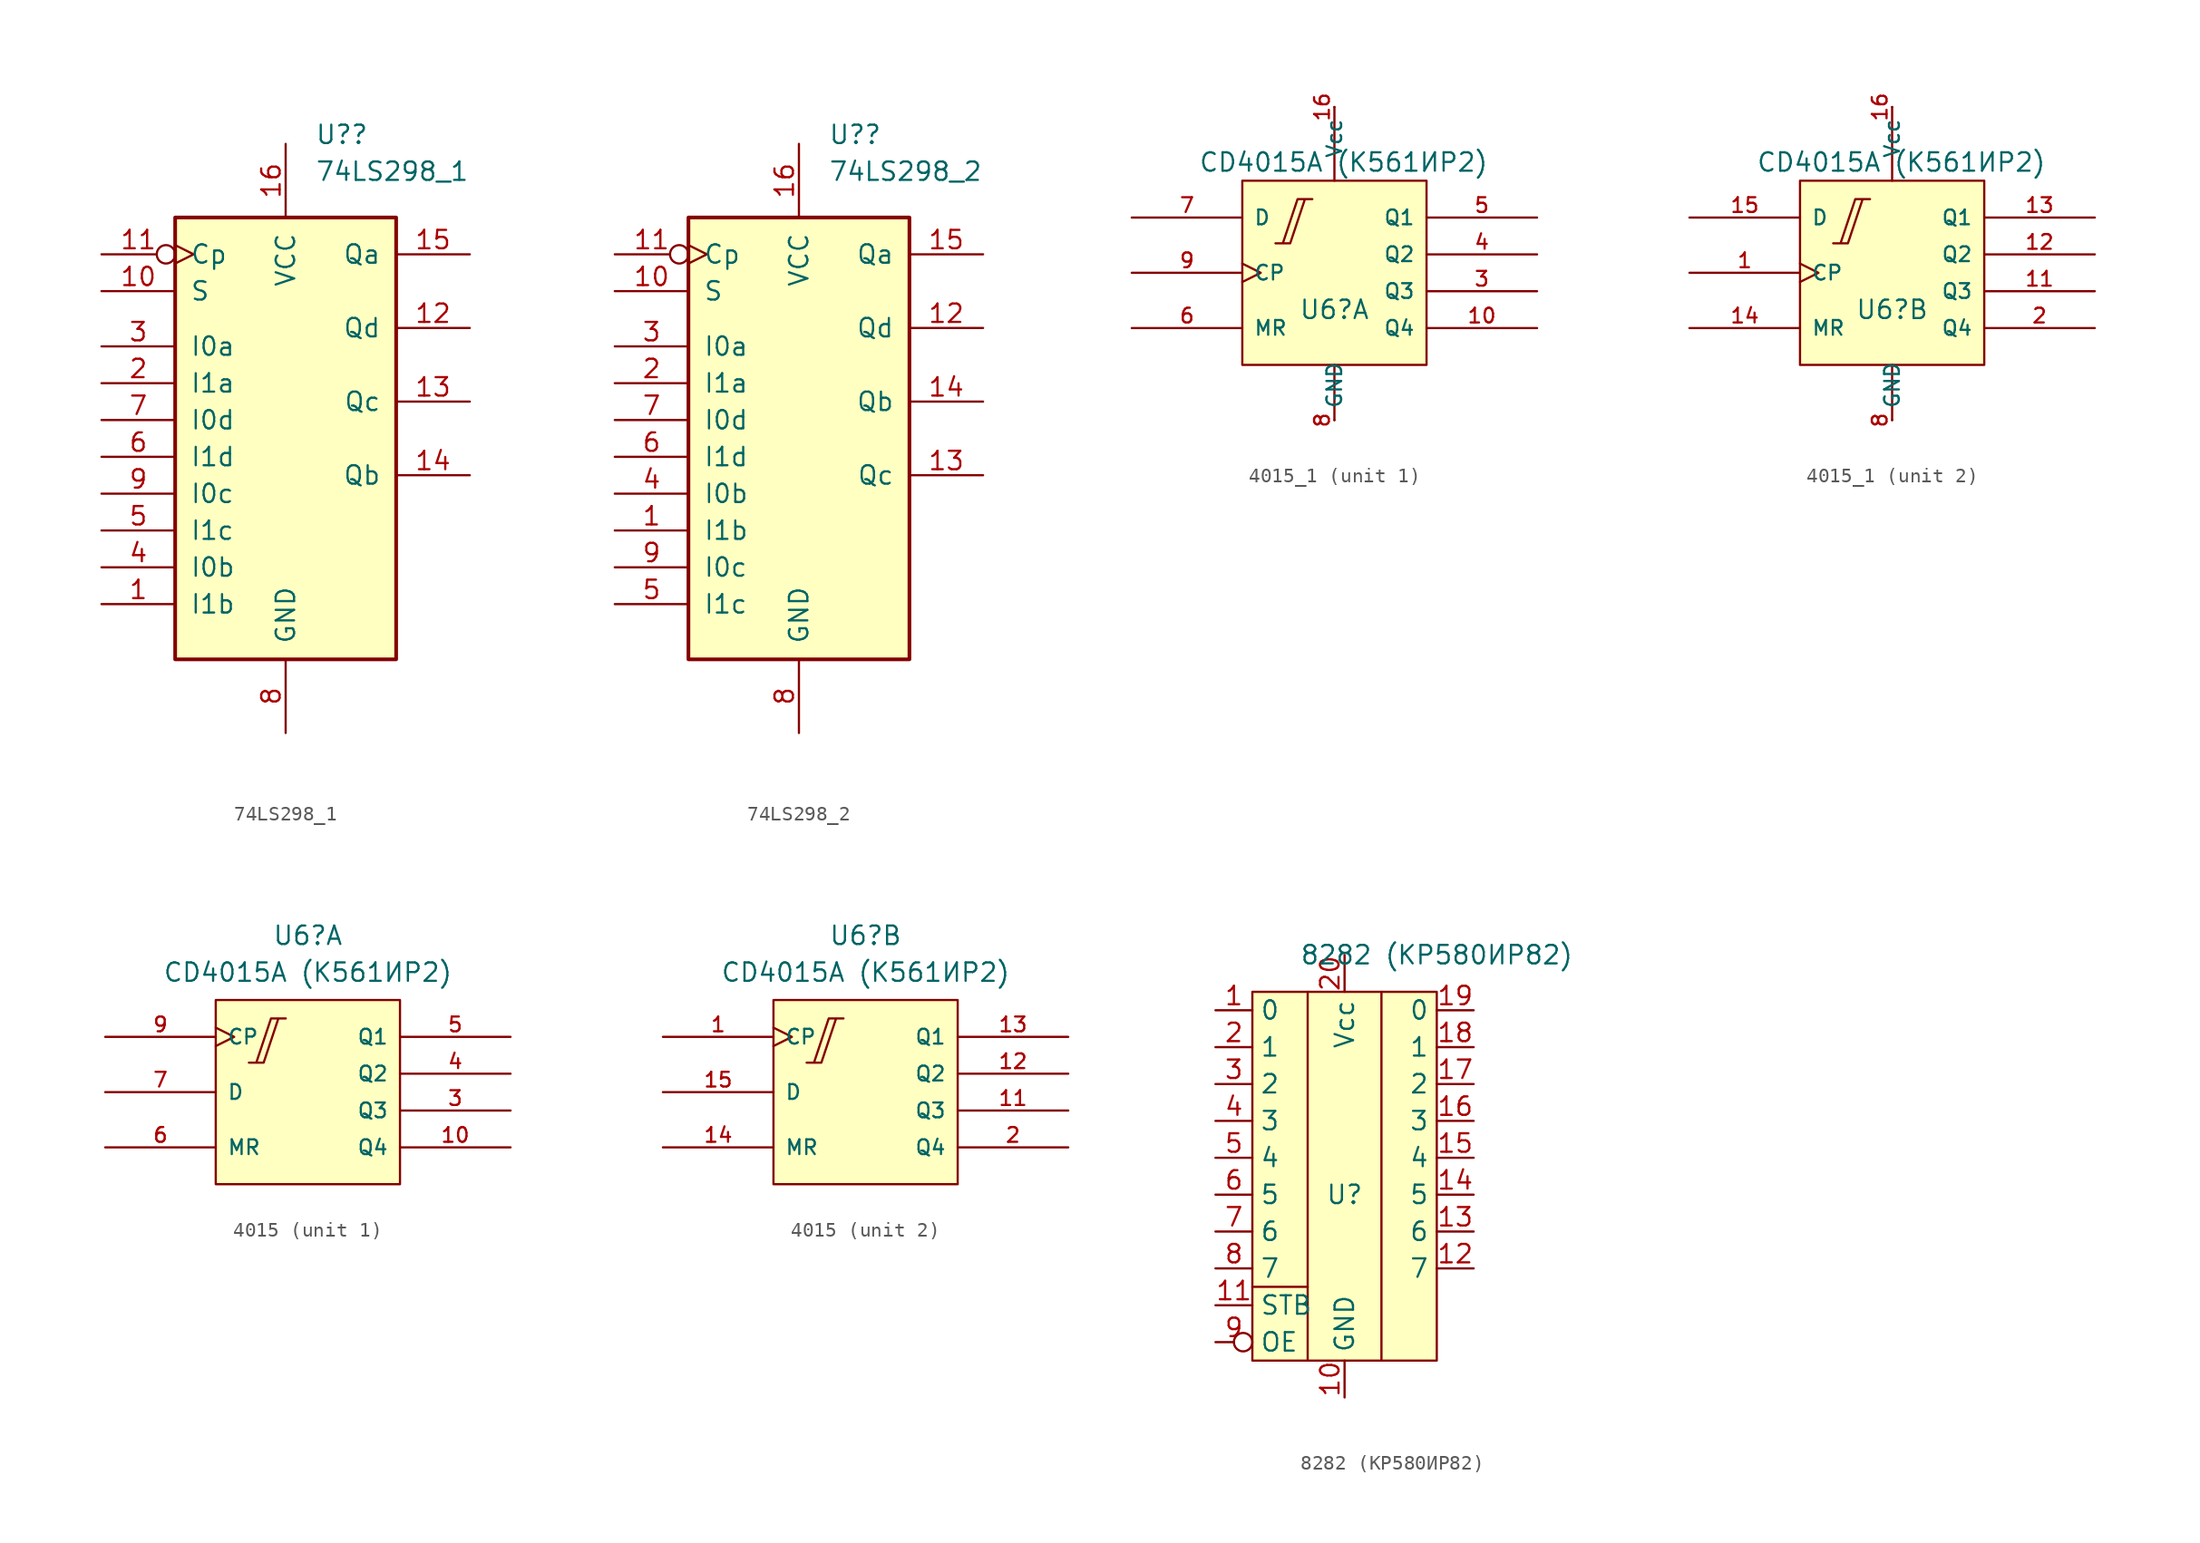
<source format=kicad_sym>
(kicad_symbol_lib
  (version 20220914)
  (generator kicad_symbol_editor)
  (symbol "74LS298_1"
    (pin_names
      (offset 1.016))
    (property "Reference" "U?"
      (at 2.019 20.955 0)
      (effects (font (size 1.27 1.27)) (justify left)))
    (property "Value" "74LS298_1"
      (at 2.019 18.415 0)
      (effects (font (size 1.27 1.27)) (justify left)))
    (property "ki_locked" ""
      (at 0 0 0)
      (effects (font (size 1.27 1.27))))
    (symbol "74LS298_1_1_0"
      (pin input line (at -12.7 -11.43 0) (length 5.08) (name "I1b" (effects (font (size 1.27 1.27)))) (number "1" (effects (font (size 1.27 1.27)))))
      (pin input line (at -12.7 10.16 0) (length 5.08) (name "S" (effects (font (size 1.27 1.27)))) (number "10" (effects (font (size 1.27 1.27)))))
      (pin input inverted_clock (at -12.7 12.7 0) (length 5.08) (name "Cp" (effects (font (size 1.27 1.27)))) (number "11" (effects (font (size 1.27 1.27)))))
      (pin output line (at 12.7 7.62 180) (length 5.08) (name "Qd" (effects (font (size 1.27 1.27)))) (number "12" (effects (font (size 1.27 1.27)))))
      (pin output line (at 12.7 2.54 180) (length 5.08) (name "Qc" (effects (font (size 1.27 1.27)))) (number "13" (effects (font (size 1.27 1.27)))))
      (pin output line (at 12.7 -2.54 180) (length 5.08) (name "Qb" (effects (font (size 1.27 1.27)))) (number "14" (effects (font (size 1.27 1.27)))))
      (pin output line (at 12.7 12.7 180) (length 5.08) (name "Qa" (effects (font (size 1.27 1.27)))) (number "15" (effects (font (size 1.27 1.27)))))
      (pin power_in line (at 0 20.32 270) (length 5.08) (name "VCC" (effects (font (size 1.27 1.27)))) (number "16" (effects (font (size 1.27 1.27)))))
      (pin input line (at -12.7 3.81 0) (length 5.08) (name "I1a" (effects (font (size 1.27 1.27)))) (number "2" (effects (font (size 1.27 1.27)))))
      (pin input line (at -12.7 6.35 0) (length 5.08) (name "I0a" (effects (font (size 1.27 1.27)))) (number "3" (effects (font (size 1.27 1.27)))))
      (pin input line (at -12.7 -8.89 0) (length 5.08) (name "I0b" (effects (font (size 1.27 1.27)))) (number "4" (effects (font (size 1.27 1.27)))))
      (pin input line (at -12.7 -6.35 0) (length 5.08) (name "I1c" (effects (font (size 1.27 1.27)))) (number "5" (effects (font (size 1.27 1.27)))))
      (pin input line (at -12.7 -1.27 0) (length 5.08) (name "I1d" (effects (font (size 1.27 1.27)))) (number "6" (effects (font (size 1.27 1.27)))))
      (pin input line (at -12.7 1.27 0) (length 5.08) (name "I0d" (effects (font (size 1.27 1.27)))) (number "7" (effects (font (size 1.27 1.27)))))
      (pin power_in line (at 0 -20.32 90) (length 5.08) (name "GND" (effects (font (size 1.27 1.27)))) (number "8" (effects (font (size 1.27 1.27)))))
      (pin input line (at -12.7 -3.81 0) (length 5.08) (name "I0c" (effects (font (size 1.27 1.27)))) (number "9" (effects (font (size 1.27 1.27))))))
    (symbol "74LS298_1_1_1"
      (rectangle (start -7.62 15.24) (end 7.62 -15.24) (stroke (width 0.254) (type default)) (fill (type background)))))
  (symbol "74LS298_2"
    (pin_names
      (offset 1.016))
    (property "Reference" "U?"
      (at 2.019 20.955 0)
      (effects (font (size 1.27 1.27)) (justify left)))
    (property "Value" "74LS298_2"
      (at 2.019 18.415 0)
      (effects (font (size 1.27 1.27)) (justify left)))
    (property "ki_locked" ""
      (at 0 0 0)
      (effects (font (size 1.27 1.27))))
    (symbol "74LS298_2_1_0"
      (pin input line (at -12.7 -6.35 0) (length 5.08) (name "I1b" (effects (font (size 1.27 1.27)))) (number "1" (effects (font (size 1.27 1.27)))))
      (pin input line (at -12.7 10.16 0) (length 5.08) (name "S" (effects (font (size 1.27 1.27)))) (number "10" (effects (font (size 1.27 1.27)))))
      (pin input inverted_clock (at -12.7 12.7 0) (length 5.08) (name "Cp" (effects (font (size 1.27 1.27)))) (number "11" (effects (font (size 1.27 1.27)))))
      (pin output line (at 12.7 7.62 180) (length 5.08) (name "Qd" (effects (font (size 1.27 1.27)))) (number "12" (effects (font (size 1.27 1.27)))))
      (pin output line (at 12.7 -2.54 180) (length 5.08) (name "Qc" (effects (font (size 1.27 1.27)))) (number "13" (effects (font (size 1.27 1.27)))))
      (pin output line (at 12.7 2.54 180) (length 5.08) (name "Qb" (effects (font (size 1.27 1.27)))) (number "14" (effects (font (size 1.27 1.27)))))
      (pin output line (at 12.7 12.7 180) (length 5.08) (name "Qa" (effects (font (size 1.27 1.27)))) (number "15" (effects (font (size 1.27 1.27)))))
      (pin power_in line (at 0 20.32 270) (length 5.08) (name "VCC" (effects (font (size 1.27 1.27)))) (number "16" (effects (font (size 1.27 1.27)))))
      (pin input line (at -12.7 3.81 0) (length 5.08) (name "I1a" (effects (font (size 1.27 1.27)))) (number "2" (effects (font (size 1.27 1.27)))))
      (pin input line (at -12.7 6.35 0) (length 5.08) (name "I0a" (effects (font (size 1.27 1.27)))) (number "3" (effects (font (size 1.27 1.27)))))
      (pin input line (at -12.7 -3.81 0) (length 5.08) (name "I0b" (effects (font (size 1.27 1.27)))) (number "4" (effects (font (size 1.27 1.27)))))
      (pin input line (at -12.7 -11.43 0) (length 5.08) (name "I1c" (effects (font (size 1.27 1.27)))) (number "5" (effects (font (size 1.27 1.27)))))
      (pin input line (at -12.7 -1.27 0) (length 5.08) (name "I1d" (effects (font (size 1.27 1.27)))) (number "6" (effects (font (size 1.27 1.27)))))
      (pin input line (at -12.7 1.27 0) (length 5.08) (name "I0d" (effects (font (size 1.27 1.27)))) (number "7" (effects (font (size 1.27 1.27)))))
      (pin power_in line (at 0 -20.32 90) (length 5.08) (name "GND" (effects (font (size 1.27 1.27)))) (number "8" (effects (font (size 1.27 1.27)))))
      (pin input line (at -12.7 -8.89 0) (length 5.08) (name "I0c" (effects (font (size 1.27 1.27)))) (number "9" (effects (font (size 1.27 1.27))))))
    (symbol "74LS298_2_1_1"
      (rectangle (start -7.62 15.24) (end 7.62 -15.24) (stroke (width 0.254) (type default)) (fill (type background)))))
  (symbol "4015_1"
    (pin_names
      (offset 0.762))
    (property "Reference" "U6"
      (at 0 -2.54 0)
      (effects (font (size 1.27 1.27))))
    (property "Value" "CD4015A (К561ИР2)"
      (at 0.635 7.62 0)
      (effects (font (size 1.27 1.27))))
    (symbol "4015_1_0_1"
      (polyline (pts (xy 0 -6.35) (xy 0 -10.16)) (stroke (width 0) (type default)) (fill (type none)))
      (polyline (pts (xy 0 11.43) (xy 0 6.35)) (stroke (width 0) (type default)) (fill (type none)))
      (polyline (pts (xy -4.064 2.032) (xy -3.048 2.032) (xy -2.032 5.08) (xy -1.524 5.08) (xy -2.54 5.08) (xy -3.556 2.032) (xy -3.556 2.032)) (stroke (width 0) (type default)) (fill (type none)))
      (rectangle (start 6.35 6.35) (end -6.35 -6.35) (stroke (width 0) (type default)) (fill (type background)))
      (pin power_in line (at 0 11.43 270) (length 0) (name "Vcc" (effects (font (size 1.016 1.016)))) (number "16" (effects (font (size 1.016 1.016)))))
      (pin power_in line (at 0 -10.16 90) (length 0) (name "GND" (effects (font (size 1.016 1.016)))) (number "8" (effects (font (size 1.016 1.016))))))
    (symbol "4015_1_1_1"
      (pin output line (at 13.97 -3.81 180) (length 7.62) (name "Q4" (effects (font (size 1.016 1.016)))) (number "10" (effects (font (size 1.016 1.016)))))
      (pin output line (at 13.97 -1.27 180) (length 7.62) (name "Q3" (effects (font (size 1.016 1.016)))) (number "3" (effects (font (size 1.016 1.016)))))
      (pin output line (at 13.97 1.27 180) (length 7.62) (name "Q2" (effects (font (size 1.016 1.016)))) (number "4" (effects (font (size 1.016 1.016)))))
      (pin output line (at 13.97 3.81 180) (length 7.62) (name "Q1" (effects (font (size 1.016 1.016)))) (number "5" (effects (font (size 1.016 1.016)))))
      (pin input line (at -13.97 -3.81 0) (length 7.62) (name "MR" (effects (font (size 1.016 1.016)))) (number "6" (effects (font (size 1.016 1.016)))))
      (pin input line (at -13.97 3.81 0) (length 7.62) (name "D" (effects (font (size 1.016 1.016)))) (number "7" (effects (font (size 1.016 1.016)))))
      (pin input clock (at -13.97 0 0) (length 7.62) (name "CP" (effects (font (size 1.016 1.016)))) (number "9" (effects (font (size 1.016 1.016))))))
    (symbol "4015_1_2_1"
      (pin input clock (at -13.97 0 0) (length 7.62) (name "CP" (effects (font (size 1.016 1.016)))) (number "1" (effects (font (size 1.016 1.016)))))
      (pin output line (at 13.97 -1.27 180) (length 7.62) (name "Q3" (effects (font (size 1.016 1.016)))) (number "11" (effects (font (size 1.016 1.016)))))
      (pin output line (at 13.97 1.27 180) (length 7.62) (name "Q2" (effects (font (size 1.016 1.016)))) (number "12" (effects (font (size 1.016 1.016)))))
      (pin output line (at 13.97 3.81 180) (length 7.62) (name "Q1" (effects (font (size 1.016 1.016)))) (number "13" (effects (font (size 1.016 1.016)))))
      (pin input line (at -13.97 -3.81 0) (length 7.62) (name "MR" (effects (font (size 1.016 1.016)))) (number "14" (effects (font (size 1.016 1.016)))))
      (pin input line (at -13.97 3.81 0) (length 7.62) (name "D" (effects (font (size 1.016 1.016)))) (number "15" (effects (font (size 1.016 1.016)))))
      (pin output line (at 13.97 -3.81 180) (length 7.62) (name "Q4" (effects (font (size 1.016 1.016)))) (number "2" (effects (font (size 1.016 1.016)))))))
  (symbol "4015"
    (pin_names
      (offset 0.762))
    (property "Reference" "U6"
      (at 0 10.795 0)
      (effects (font (size 1.27 1.27))))
    (property "Value" "CD4015A (К561ИР2)"
      (at 0 8.255 0)
      (effects (font (size 1.27 1.27))))
    (symbol "4015_0_1"
      (polyline (pts (xy -4.064 2.032) (xy -3.048 2.032) (xy -2.032 5.08) (xy -1.524 5.08) (xy -2.54 5.08) (xy -3.556 2.032) (xy -3.556 2.032)) (stroke (width 0) (type default)) (fill (type none)))
      (rectangle (start 6.35 6.35) (end -6.35 -6.35) (stroke (width 0) (type default)) (fill (type background)))
      (pin power_in line (at 0 6.35 270) (length 0) hide (name "Vdd" (effects (font (size 1.016 1.016)))) (number "16" (effects (font (size 1.016 1.016)))))
      (pin power_in line (at 0 -6.35 90) (length 0) hide (name "Vss" (effects (font (size 1.016 1.016)))) (number "8" (effects (font (size 1.016 1.016))))))
    (symbol "4015_1_1"
      (pin output line (at 13.97 -3.81 180) (length 7.62) (name "Q4" (effects (font (size 1.016 1.016)))) (number "10" (effects (font (size 1.016 1.016)))))
      (pin output line (at 13.97 -1.27 180) (length 7.62) (name "Q3" (effects (font (size 1.016 1.016)))) (number "3" (effects (font (size 1.016 1.016)))))
      (pin output line (at 13.97 1.27 180) (length 7.62) (name "Q2" (effects (font (size 1.016 1.016)))) (number "4" (effects (font (size 1.016 1.016)))))
      (pin output line (at 13.97 3.81 180) (length 7.62) (name "Q1" (effects (font (size 1.016 1.016)))) (number "5" (effects (font (size 1.016 1.016)))))
      (pin input line (at -13.97 -3.81 0) (length 7.62) (name "MR" (effects (font (size 1.016 1.016)))) (number "6" (effects (font (size 1.016 1.016)))))
      (pin input line (at -13.97 0 0) (length 7.62) (name "D" (effects (font (size 1.016 1.016)))) (number "7" (effects (font (size 1.016 1.016)))))
      (pin input clock (at -13.97 3.81 0) (length 7.62) (name "CP" (effects (font (size 1.016 1.016)))) (number "9" (effects (font (size 1.016 1.016))))))
    (symbol "4015_2_1"
      (pin input clock (at -13.97 3.81 0) (length 7.62) (name "CP" (effects (font (size 1.016 1.016)))) (number "1" (effects (font (size 1.016 1.016)))))
      (pin output line (at 13.97 -1.27 180) (length 7.62) (name "Q3" (effects (font (size 1.016 1.016)))) (number "11" (effects (font (size 1.016 1.016)))))
      (pin output line (at 13.97 1.27 180) (length 7.62) (name "Q2" (effects (font (size 1.016 1.016)))) (number "12" (effects (font (size 1.016 1.016)))))
      (pin output line (at 13.97 3.81 180) (length 7.62) (name "Q1" (effects (font (size 1.016 1.016)))) (number "13" (effects (font (size 1.016 1.016)))))
      (pin input line (at -13.97 -3.81 0) (length 7.62) (name "MR" (effects (font (size 1.016 1.016)))) (number "14" (effects (font (size 1.016 1.016)))))
      (pin input line (at -13.97 0 0) (length 7.62) (name "D" (effects (font (size 1.016 1.016)))) (number "15" (effects (font (size 1.016 1.016)))))
      (pin output line (at 13.97 -3.81 180) (length 7.62) (name "Q4" (effects (font (size 1.016 1.016)))) (number "2" (effects (font (size 1.016 1.016)))))))
  (symbol "8282 (КР580ИР82)"
    (property "Reference" "U"
      (at 0 -1.27 0)
      (effects (font (size 1.27 1.27))))
    (property "Value" "8282 (КР580ИР82)"
      (at 6.35 15.24 0)
      (effects (font (size 1.27 1.27))))
    (symbol "8282 (КР580ИР82)_0_0"
      (pin input line (at -8.89 11.43 0) (length 2.54) (name "0" (effects (font (size 1.27 1.27)))) (number "1" (effects (font (size 1.27 1.27)))))
      (pin power_in line (at 0 -15.24 90) (length 2.54) (name "GND" (effects (font (size 1.27 1.27)))) (number "10" (effects (font (size 1.27 1.27)))))
      (pin input line (at -8.89 -8.89 0) (length 2.54) (name "STB" (effects (font (size 1.27 1.27)))) (number "11" (effects (font (size 1.27 1.27)))))
      (pin output line (at 8.89 -6.35 180) (length 2.54) (name "7" (effects (font (size 1.27 1.27)))) (number "12" (effects (font (size 1.27 1.27)))))
      (pin output line (at 8.89 -3.81 180) (length 2.54) (name "6" (effects (font (size 1.27 1.27)))) (number "13" (effects (font (size 1.27 1.27)))))
      (pin output line (at 8.89 -1.27 180) (length 2.54) (name "5" (effects (font (size 1.27 1.27)))) (number "14" (effects (font (size 1.27 1.27)))))
      (pin output line (at 8.89 1.27 180) (length 2.54) (name "4" (effects (font (size 1.27 1.27)))) (number "15" (effects (font (size 1.27 1.27)))))
      (pin output line (at 8.89 3.81 180) (length 2.54) (name "3" (effects (font (size 1.27 1.27)))) (number "16" (effects (font (size 1.27 1.27)))))
      (pin output line (at 8.89 6.35 180) (length 2.54) (name "2" (effects (font (size 1.27 1.27)))) (number "17" (effects (font (size 1.27 1.27)))))
      (pin output line (at 8.89 8.89 180) (length 2.54) (name "1" (effects (font (size 1.27 1.27)))) (number "18" (effects (font (size 1.27 1.27)))))
      (pin output line (at 8.89 11.43 180) (length 2.54) (name "0" (effects (font (size 1.27 1.27)))) (number "19" (effects (font (size 1.27 1.27)))))
      (pin input line (at -8.89 8.89 0) (length 2.54) (name "1" (effects (font (size 1.27 1.27)))) (number "2" (effects (font (size 1.27 1.27)))))
      (pin power_in line (at 0 15.24 270) (length 2.54) (name "Vcc" (effects (font (size 1.27 1.27)))) (number "20" (effects (font (size 1.27 1.27)))))
      (pin input line (at -8.89 6.35 0) (length 2.54) (name "2" (effects (font (size 1.27 1.27)))) (number "3" (effects (font (size 1.27 1.27)))))
      (pin input line (at -8.89 3.81 0) (length 2.54) (name "3" (effects (font (size 1.27 1.27)))) (number "4" (effects (font (size 1.27 1.27)))))
      (pin input line (at -8.89 1.27 0) (length 2.54) (name "4" (effects (font (size 1.27 1.27)))) (number "5" (effects (font (size 1.27 1.27)))))
      (pin input line (at -8.89 -1.27 0) (length 2.54) (name "5" (effects (font (size 1.27 1.27)))) (number "6" (effects (font (size 1.27 1.27)))))
      (pin input line (at -8.89 -3.81 0) (length 2.54) (name "6" (effects (font (size 1.27 1.27)))) (number "7" (effects (font (size 1.27 1.27)))))
      (pin input line (at -8.89 -6.35 0) (length 2.54) (name "7" (effects (font (size 1.27 1.27)))) (number "8" (effects (font (size 1.27 1.27)))))
      (pin input inverted (at -8.89 -11.43 0) (length 2.54) (name "OE" (effects (font (size 1.27 1.27)))) (number "9" (effects (font (size 1.27 1.27))))))
    (symbol "8282 (КР580ИР82)_0_1"
      (rectangle (start -6.35 12.7) (end 6.35 -12.7) (stroke (width 0) (type default)) (fill (type background)))
      (polyline (pts (xy -6.35 -7.62) (xy -2.54 -7.62)) (stroke (width 0) (type default)) (fill (type none)))
      (polyline (pts (xy -2.54 -12.7) (xy -2.54 12.7)) (stroke (width 0) (type default)) (fill (type none)))
      (polyline (pts (xy 2.54 -12.7) (xy 2.54 12.7)) (stroke (width 0) (type default)) (fill (type none))))))
</source>
